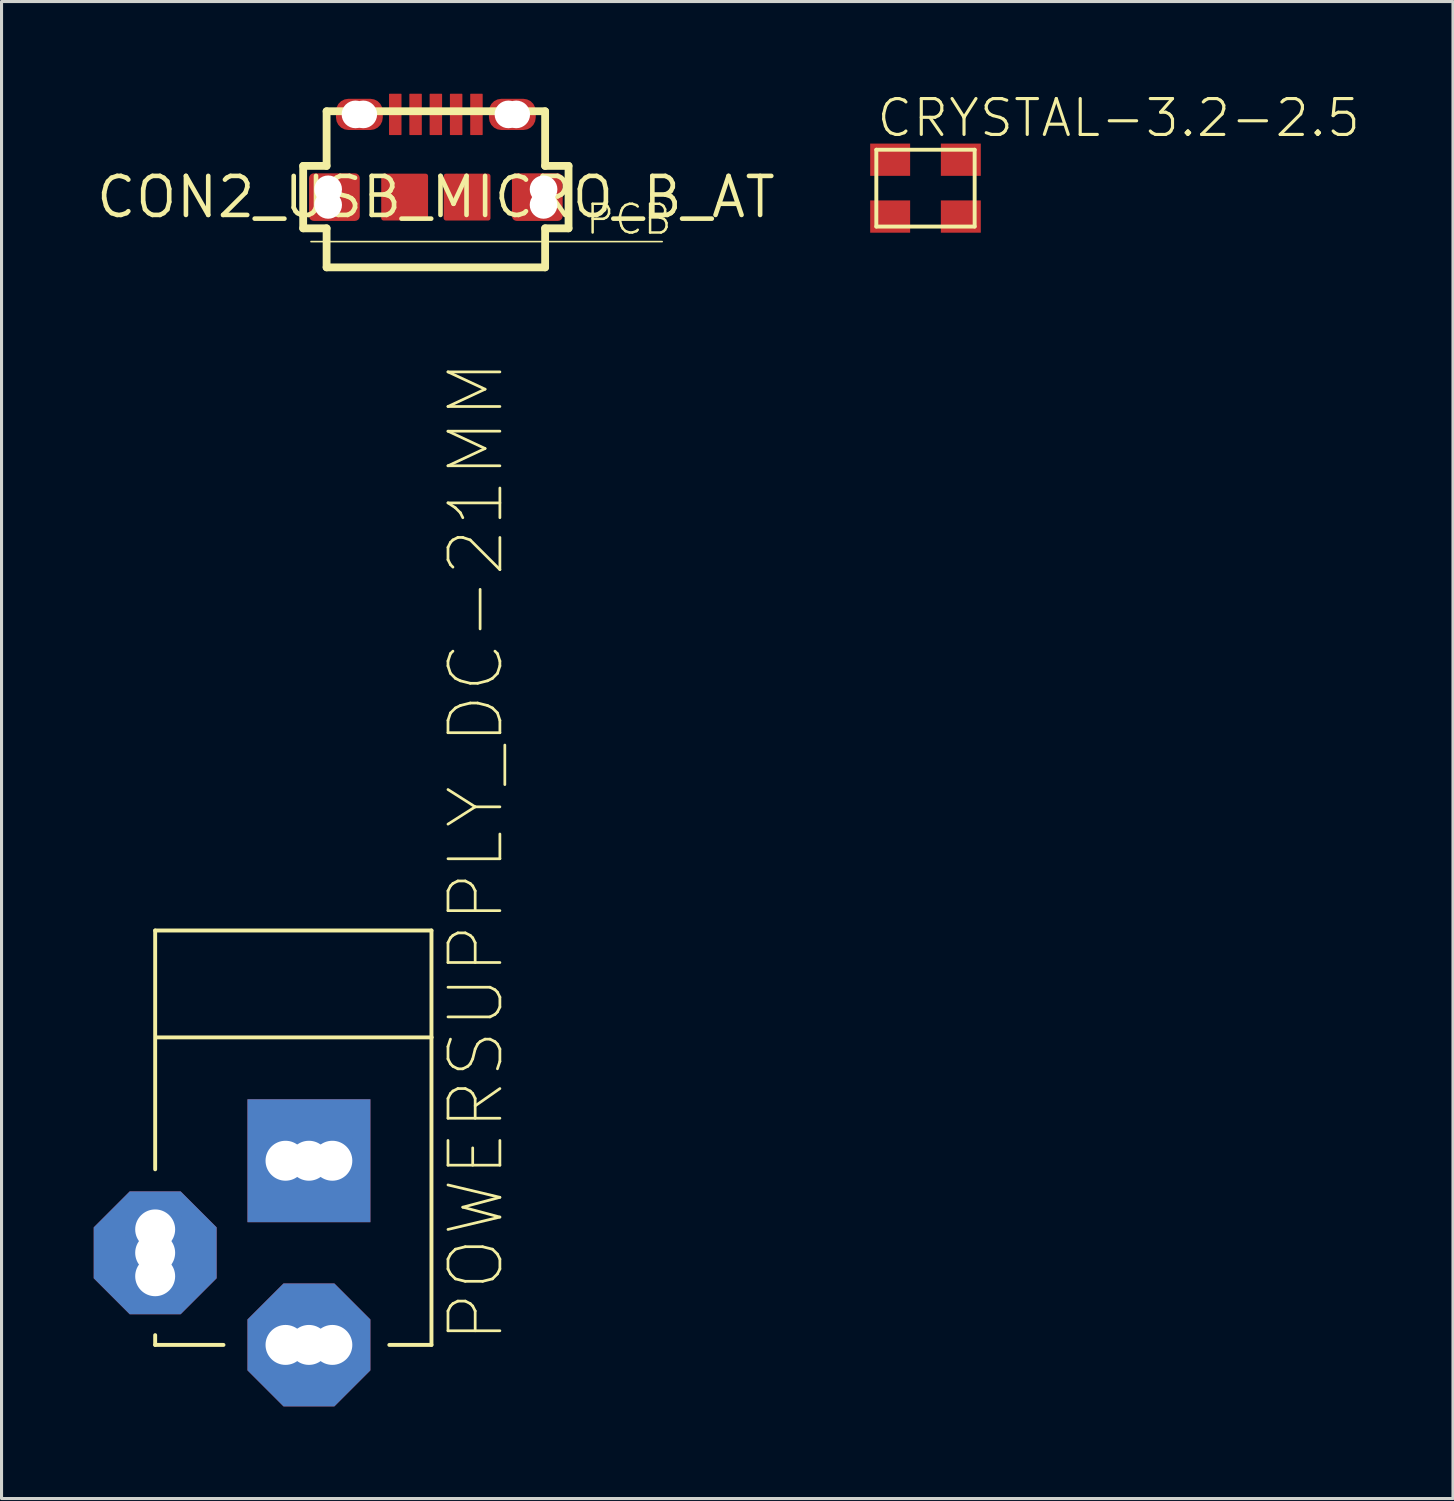
<source format=kicad_pcb>
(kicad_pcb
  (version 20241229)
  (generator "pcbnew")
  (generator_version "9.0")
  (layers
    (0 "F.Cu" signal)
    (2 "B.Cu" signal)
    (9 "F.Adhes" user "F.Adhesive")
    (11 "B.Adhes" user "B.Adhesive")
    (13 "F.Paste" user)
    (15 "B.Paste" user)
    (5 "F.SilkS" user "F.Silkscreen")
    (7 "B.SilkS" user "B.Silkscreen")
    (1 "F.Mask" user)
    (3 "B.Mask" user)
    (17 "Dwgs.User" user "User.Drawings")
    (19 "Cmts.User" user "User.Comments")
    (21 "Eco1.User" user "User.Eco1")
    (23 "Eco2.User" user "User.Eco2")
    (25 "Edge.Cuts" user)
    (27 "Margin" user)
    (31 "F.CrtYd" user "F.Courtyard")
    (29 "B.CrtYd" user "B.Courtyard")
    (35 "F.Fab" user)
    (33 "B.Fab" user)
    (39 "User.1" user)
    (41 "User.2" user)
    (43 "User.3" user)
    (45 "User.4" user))
  (footprint "CON2_USB_MICRO_B_AT"
    (layer "F.Cu")
    (at 11.135 3.365)
    (property "Reference" "CON2_USB_MICRO_B_AT" (at 0 0 0) (layer "F.SilkS") (effects (font (size 1.27 1.27) (thickness 0.15))))
    (fp_line (start -4.318 -1.016) (end -3.556 -1.016) (stroke (width 0.254) (type solid)) (layer "F.SilkS"))
    (fp_line (start -4.318 1.016) (end -4.318 -1.016) (stroke (width 0.254) (type solid)) (layer "F.SilkS"))
    (fp_line (start -4.064 1.448) (end 7.366 1.448) (stroke (width 0.051) (type solid)) (layer "F.SilkS"))
    (fp_line (start -3.556 -2.794) (end 3.556 -2.794) (stroke (width 0.254) (type solid)) (layer "F.SilkS"))
    (fp_line (start -3.556 -1.016) (end -3.556 -2.794) (stroke (width 0.254) (type solid)) (layer "F.SilkS"))
    (fp_line (start -3.556 1.016) (end -4.318 1.016) (stroke (width 0.254) (type solid)) (layer "F.SilkS"))
    (fp_line (start -3.556 2.286) (end -3.556 1.016) (stroke (width 0.254) (type solid)) (layer "F.SilkS"))
    (fp_line (start 3.556 -2.794) (end 3.556 -1.016) (stroke (width 0.254) (type solid)) (layer "F.SilkS"))
    (fp_line (start 3.556 -1.016) (end 4.318 -1.016) (stroke (width 0.254) (type solid)) (layer "F.SilkS"))
    (fp_line (start 3.556 1.016) (end 3.556 2.286) (stroke (width 0.254) (type solid)) (layer "F.SilkS"))
    (fp_line (start 3.556 2.286) (end -3.556 2.286) (stroke (width 0.254) (type solid)) (layer "F.SilkS"))
    (fp_line (start 4.318 -1.016) (end 4.318 1.016) (stroke (width 0.254) (type solid)) (layer "F.SilkS"))
    (fp_line (start 4.318 1.016) (end 3.556 1.016) (stroke (width 0.254) (type solid)) (layer "F.SilkS"))
    (fp_line (start -4.039 0.432) (end -4.039 -0.432) (stroke (width 0.127) (type solid)) (layer "F.Paste"))
    (fp_line (start -3.937 -0.584) (end -3.937 0.584) (stroke (width 0.127) (type solid)) (layer "F.Paste"))
    (fp_line (start -3.785 -0.686) (end -2.819 -0.686) (stroke (width 0.127) (type solid)) (layer "F.Paste"))
    (fp_line (start -3.15 -2.515) (end -3.15 -2.87) (stroke (width 0.127) (type solid)) (layer "F.Paste"))
    (fp_line (start -3.073 -0.66) (end -2.972 -0.66) (stroke (width 0.127) (type solid)) (layer "F.Paste"))
    (fp_line (start -3.073 0.635) (end -3.073 -0.66) (stroke (width 0.127) (type solid)) (layer "F.Paste"))
    (fp_line (start -3.048 -2.87) (end -3.023 -2.489) (stroke (width 0.127) (type solid)) (layer "F.Paste"))
    (fp_line (start -2.972 -0.66) (end -2.972 0.635) (stroke (width 0.127) (type solid)) (layer "F.Paste"))
    (fp_line (start -2.972 -0.66) (end -2.946 -0.66) (stroke (width 0.127) (type solid)) (layer "F.Paste"))
    (fp_line (start -2.972 0.635) (end -2.845 0.635) (stroke (width 0.127) (type solid)) (layer "F.Paste"))
    (fp_line (start -2.896 -3.124) (end -2.083 -3.124) (stroke (width 0.127) (type solid)) (layer "F.Paste"))
    (fp_line (start -2.845 -0.635) (end -2.743 -0.635) (stroke (width 0.127) (type solid)) (layer "F.Paste"))
    (fp_line (start -2.845 0.635) (end -2.845 -0.635) (stroke (width 0.127) (type solid)) (layer "F.Paste"))
    (fp_line (start -2.819 0.686) (end -3.785 0.686) (stroke (width 0.127) (type solid)) (layer "F.Paste"))
    (fp_line (start -2.743 -0.635) (end -2.743 0.635) (stroke (width 0.127) (type solid)) (layer "F.Paste"))
    (fp_line (start -2.743 0.635) (end -2.692 0.635) (stroke (width 0.127) (type solid)) (layer "F.Paste"))
    (fp_line (start -2.692 0.635) (end -2.692 -0.635) (stroke (width 0.127) (type solid)) (layer "F.Paste"))
    (fp_line (start -2.565 -0.432) (end -2.565 0.432) (stroke (width 0.127) (type solid)) (layer "F.Paste"))
    (fp_line (start -2.083 -2.261) (end -2.896 -2.261) (stroke (width 0.127) (type solid)) (layer "F.Paste"))
    (fp_line (start -1.956 -2.489) (end -1.956 -2.896) (stroke (width 0.127) (type solid)) (layer "F.Paste"))
    (fp_line (start -1.829 -2.87) (end -1.829 -2.515) (stroke (width 0.127) (type solid)) (layer "F.Paste"))
    (fp_line (start 1.829 -2.515) (end 1.829 -2.87) (stroke (width 0.127) (type solid)) (layer "F.Paste"))
    (fp_line (start 1.93 -2.87) (end 1.93 -2.515) (stroke (width 0.127) (type solid)) (layer "F.Paste"))
    (fp_line (start 2.083 -3.124) (end 2.896 -3.124) (stroke (width 0.127) (type solid)) (layer "F.Paste"))
    (fp_line (start 2.591 0.432) (end 2.591 -0.432) (stroke (width 0.127) (type solid)) (layer "F.Paste"))
    (fp_line (start 2.692 -0.584) (end 2.692 0.584) (stroke (width 0.127) (type solid)) (layer "F.Paste"))
    (fp_line (start 2.692 0.584) (end 2.819 0.584) (stroke (width 0.127) (type solid)) (layer "F.Paste"))
    (fp_line (start 2.819 -0.584) (end 2.946 -0.584) (stroke (width 0.127) (type solid)) (layer "F.Paste"))
    (fp_line (start 2.819 0.584) (end 2.819 -0.584) (stroke (width 0.127) (type solid)) (layer "F.Paste"))
    (fp_line (start 2.845 -0.686) (end 3.759 -0.686) (stroke (width 0.127) (type solid)) (layer "F.Paste"))
    (fp_line (start 2.896 -2.261) (end 2.083 -2.261) (stroke (width 0.127) (type solid)) (layer "F.Paste"))
    (fp_line (start 2.946 -0.584) (end 2.946 0.61) (stroke (width 0.127) (type solid)) (layer "F.Paste"))
    (fp_line (start 2.946 0.61) (end 3.048 0.61) (stroke (width 0.127) (type solid)) (layer "F.Paste"))
    (fp_line (start 3.023 -2.896) (end 3.023 -2.489) (stroke (width 0.127) (type solid)) (layer "F.Paste"))
    (fp_line (start 3.073 0.584) (end 3.073 -0.61) (stroke (width 0.127) (type solid)) (layer "F.Paste"))
    (fp_line (start 3.15 -2.87) (end 3.15 -2.515) (stroke (width 0.127) (type solid)) (layer "F.Paste"))
    (fp_line (start 3.759 0.686) (end 2.845 0.686) (stroke (width 0.127) (type solid)) (layer "F.Paste"))
    (fp_line (start 3.912 -0.584) (end 3.912 0.584) (stroke (width 0.127) (type solid)) (layer "F.Paste"))
    (fp_line (start 4.013 -0.432) (end 4.013 0.432) (stroke (width 0.127) (type solid)) (layer "F.Paste"))
    (fp_arc (start -4.0386 -0.4318) (mid -3.964205 -0.611405) (end -3.7846 -0.6858) (stroke (width 0.127) (type solid)) (layer "F.Paste"))
    (fp_arc (start -3.7846 0.6858) (mid -3.964205 0.611405) (end -4.0386 0.4318) (stroke (width 0.127) (type solid)) (layer "F.Paste"))
    (fp_arc (start -3.1496 -2.8702) (mid -3.075205 -3.049805) (end -2.8956 -3.1242) (stroke (width 0.127) (type solid)) (layer "F.Paste"))
    (fp_arc (start -3.048 -2.8702) (mid -3.003363 -2.977963) (end -2.8956 -3.0226) (stroke (width 0.127) (type solid)) (layer "F.Paste"))
    (fp_arc (start -2.8956 -2.3622) (mid -2.985403 -2.399397) (end -3.0226 -2.4892) (stroke (width 0.127) (type solid)) (layer "F.Paste"))
    (fp_arc (start -2.8956 -2.2606) (mid -3.075205 -2.334995) (end -3.1496 -2.5146) (stroke (width 0.127) (type solid)) (layer "F.Paste"))
    (fp_arc (start -2.8194 -0.6858) (mid -2.639795 -0.611405) (end -2.5654 -0.4318) (stroke (width 0.127) (type solid)) (layer "F.Paste"))
    (fp_arc (start -2.5654 0.4318) (mid -2.639795 0.611405) (end -2.8194 0.6858) (stroke (width 0.127) (type solid)) (layer "F.Paste"))
    (fp_arc (start -2.0828 -3.1242) (mid -1.903195 -3.049805) (end -1.8288 -2.8702) (stroke (width 0.127) (type solid)) (layer "F.Paste"))
    (fp_arc (start -2.0828 -3.0226) (mid -1.992997 -2.985403) (end -1.9558 -2.8956) (stroke (width 0.127) (type solid)) (layer "F.Paste"))
    (fp_arc (start -1.9558 -2.4892) (mid -1.992997 -2.399397) (end -2.0828 -2.3622) (stroke (width 0.127) (type solid)) (layer "F.Paste"))
    (fp_arc (start -1.8288 -2.5146) (mid -1.903195 -2.334995) (end -2.0828 -2.2606) (stroke (width 0.127) (type solid)) (layer "F.Paste"))
    (fp_arc (start 1.8288 -2.8702) (mid 1.903195 -3.049805) (end 2.0828 -3.1242) (stroke (width 0.127) (type solid)) (layer "F.Paste"))
    (fp_arc (start 1.9304 -2.8702) (mid 1.967597 -2.960003) (end 2.0574 -2.9972) (stroke (width 0.127) (type solid)) (layer "F.Paste"))
    (fp_arc (start 2.0574 -2.3876) (mid 1.967597 -2.424797) (end 1.9304 -2.5146) (stroke (width 0.127) (type solid)) (layer "F.Paste"))
    (fp_arc (start 2.0828 -2.2606) (mid 1.903195 -2.334995) (end 1.8288 -2.5146) (stroke (width 0.127) (type solid)) (layer "F.Paste"))
    (fp_arc (start 2.5908 -0.4318) (mid 2.665195 -0.611405) (end 2.8448 -0.6858) (stroke (width 0.127) (type solid)) (layer "F.Paste"))
    (fp_arc (start 2.8448 0.6858) (mid 2.665195 0.611405) (end 2.5908 0.4318) (stroke (width 0.127) (type solid)) (layer "F.Paste"))
    (fp_arc (start 2.8956 -3.1242) (mid 3.075205 -3.049805) (end 3.1496 -2.8702) (stroke (width 0.127) (type solid)) (layer "F.Paste"))
    (fp_arc (start 2.8956 -3.0226) (mid 2.985403 -2.985403) (end 3.0226 -2.8956) (stroke (width 0.127) (type solid)) (layer "F.Paste"))
    (fp_arc (start 3.0226 -2.4892) (mid 2.985403 -2.399397) (end 2.8956 -2.3622) (stroke (width 0.127) (type solid)) (layer "F.Paste"))
    (fp_arc (start 3.0734 0.5842) (mid 3.065961 0.602161) (end 3.048 0.6096) (stroke (width 0.127) (type solid)) (layer "F.Paste"))
    (fp_arc (start 3.1496 -2.5146) (mid 3.075205 -2.334995) (end 2.8956 -2.2606) (stroke (width 0.127) (type solid)) (layer "F.Paste"))
    (fp_arc (start 3.7592 -0.6858) (mid 3.938805 -0.611405) (end 4.0132 -0.4318) (stroke (width 0.127) (type solid)) (layer "F.Paste"))
    (fp_arc (start 4.0132 0.4318) (mid 3.938805 0.611405) (end 3.7592 0.6858) (stroke (width 0.127) (type solid)) (layer "F.Paste"))
    (fp_text user "PCB" (at 4.826 1.27 0) (unlocked yes) (layer "F.SilkS") (effects (font (size 0.935 0.935) (thickness 0.081)) (justify left bottom)))
    (pad "" np_thru_hole circle (at -3.505 -0.254) (size 0.9 0.9) (drill 0.9) (layers "*.Cu" "*.Mask"))
    (pad "" np_thru_hole circle (at -3.505 0.254) (size 0.9 0.9) (drill 0.9) (layers "*.Cu" "*.Mask"))
    (pad "" np_thru_hole circle (at -2.616 -2.692) (size 0.9 0.9) (drill 0.9) (layers "*.Cu" "*.Mask"))
    (pad "" np_thru_hole circle (at -2.362 -2.692) (size 0.9 0.9) (drill 0.9) (layers "*.Cu" "*.Mask"))
    (pad "" np_thru_hole circle (at 2.362 -2.692) (size 0.9 0.9) (drill 0.9) (layers "*.Cu" "*.Mask"))
    (pad "" np_thru_hole circle (at 2.616 -2.692) (size 0.9 0.9) (drill 0.9) (layers "*.Cu" "*.Mask"))
    (pad "" np_thru_hole circle (at 3.505 -0.254) (size 0.9 0.9) (drill 0.9) (layers "*.Cu" "*.Mask"))
    (pad "" np_thru_hole circle (at 3.505 0.254) (size 0.9 0.9) (drill 0.9) (layers "*.Cu" "*.Mask"))
    (pad "P1" smd roundrect (at -1.321 -2.692) (size 0.406 1.346) (layers "F.Cu" "F.Mask" "F.Paste") (roundrect_rratio 0.05))
    (pad "P2" smd roundrect (at -0.66 -2.692) (size 0.406 1.346) (layers "F.Cu" "F.Mask" "F.Paste") (roundrect_rratio 0.05))
    (pad "P3" smd roundrect (at 0 -2.692) (size 0.406 1.346) (layers "F.Cu" "F.Mask" "F.Paste") (roundrect_rratio 0.05))
    (pad "P4" smd roundrect (at 0.66 -2.692) (size 0.406 1.346) (layers "F.Cu" "F.Mask" "F.Paste") (roundrect_rratio 0.05))
    (pad "P5" smd roundrect (at 1.321 -2.692) (size 0.406 1.346) (layers "F.Cu" "F.Mask" "F.Paste") (roundrect_rratio 0.05))
    (pad "S1" smd roundrect (at -3.302 0) (size 1.651 1.549) (layers "F.Cu" "F.Mask") (roundrect_rratio 0.1))
    (pad "S2" smd roundrect (at 3.302 0) (size 1.651 1.549) (layers "F.Cu" "F.Mask") (roundrect_rratio 0.1))
    (pad "S3" smd roundrect (at -2.489 -2.692) (size 1.524 1.016) (layers "F.Cu" "F.Mask") (roundrect_rratio 0.4))
    (pad "S4" smd roundrect (at 2.489 -2.692) (size 1.524 1.016) (layers "F.Cu" "F.Mask") (roundrect_rratio 0.4))
    (pad "S5" smd roundrect (at -1.016 0) (size 1.524 1.524) (layers "F.Cu" "F.Mask" "F.Paste") (roundrect_rratio 0.05))
    (pad "S6" smd roundrect (at 1.016 0) (size 1.524 1.524) (layers "F.Cu" "F.Mask" "F.Paste") (roundrect_rratio 0.05)))
  (footprint "CRYSTAL-3.2-2.5"
    (layer "F.Cu")
    (at 27.07 3.073)
    (property "Reference" "CRYSTAL-3.2-2.5" (at -1.65 -1.6 0) (unlocked yes) (layer "F.SilkS") (effects (font (size 1.168 1.168) (thickness 0.102)) (justify left bottom)))
    (fp_line (start -1.6 -1.25) (end 1.6 -1.25) (stroke (width 0.127) (type solid)) (layer "F.SilkS"))
    (fp_line (start -1.6 1.25) (end -1.6 -1.25) (stroke (width 0.127) (type solid)) (layer "F.SilkS"))
    (fp_line (start 1.6 -1.25) (end 1.6 1.25) (stroke (width 0.127) (type solid)) (layer "F.SilkS"))
    (fp_line (start 1.6 1.25) (end -1.6 1.25) (stroke (width 0.127) (type solid)) (layer "F.SilkS"))
    (pad "1" smd rect (at -1.15 0.925 90) (size 1.05 1.3) (layers "F.Cu" "F.Mask" "F.Paste"))
    (pad "2" smd rect (at 1.15 0.925 90) (size 1.05 1.3) (layers "F.Cu" "F.Mask" "F.Paste"))
    (pad "3" smd rect (at 1.15 -0.925 90) (size 1.05 1.3) (layers "F.Cu" "F.Mask" "F.Paste"))
    (pad "4" smd rect (at -1.15 -0.925 90) (size 1.05 1.3) (layers "F.Cu" "F.Mask" "F.Paste")))
  (footprint "POWERSUPPLY_DC-21MM"
    (layer "F.Cu")
    (at 7.08 34.37)
    (property "Reference" "POWERSUPPLY_DC-21MM" (at 6.35 6.35 90) (unlocked yes) (layer "F.SilkS") (effects (font (size 1.689 1.689) (thickness 0.089)) (justify left bottom)))
    (fp_line (start -5.08 -7.137) (end -5.08 0.635) (stroke (width 0.127) (type solid)) (layer "F.SilkS"))
    (fp_line (start -5.08 6.35) (end -5.08 6.032) (stroke (width 0.127) (type solid)) (layer "F.SilkS"))
    (fp_line (start -5.055 -3.658) (end 3.912 -3.658) (stroke (width 0.127) (type solid)) (layer "F.SilkS"))
    (fp_line (start -2.857 6.35) (end -5.08 6.35) (stroke (width 0.127) (type solid)) (layer "F.SilkS"))
    (fp_line (start 2.54 6.35) (end 3.912 6.35) (stroke (width 0.127) (type solid)) (layer "F.SilkS"))
    (fp_line (start 3.912 -7.137) (end -5.08 -7.137) (stroke (width 0.127) (type solid)) (layer "F.SilkS"))
    (fp_line (start 3.912 -3.658) (end 3.912 -7.137) (stroke (width 0.127) (type solid)) (layer "F.SilkS"))
    (fp_line (start 3.912 6.35) (end 3.912 -3.658) (stroke (width 0.127) (type solid)) (layer "F.SilkS"))
    (pad "1" thru_hole roundrect (at -5.08 3.353 90) (size 4 4) (drill 1.3) (layers "*.Cu" "*.Mask") (roundrect_rratio 0.25) (chamfer_ratio 0.293) (chamfer top_left top_right bottom_left bottom_right))
    (pad "2" thru_hole roundrect (at -0.076 6.35) (size 4 4) (drill 1.3) (layers "*.Cu" "*.Mask") (roundrect_rratio 0.25) (chamfer_ratio 0.293) (chamfer top_left top_right bottom_left bottom_right))
    (pad "3" thru_hole rect (at -0.076 0.356) (size 4 4) (drill 1.3) (layers "*.Cu" "*.Mask"))
    (pad "4" thru_hole circle (at -5.08 4.115) (size 1.95 1.95) (drill 1.3) (layers "*.Cu" "*.Mask"))
    (pad "5" thru_hole circle (at -5.08 2.591) (size 1.95 1.95) (drill 1.3) (layers "*.Cu" "*.Mask"))
    (pad "6" thru_hole circle (at -0.838 0.356) (size 1.95 1.95) (drill 1.3) (layers "*.Cu" "*.Mask"))
    (pad "7" thru_hole circle (at 0.686 0.356) (size 1.95 1.95) (drill 1.3) (layers "*.Cu" "*.Mask"))
    (pad "8" thru_hole circle (at -0.838 6.35) (size 1.95 1.95) (drill 1.3) (layers "*.Cu" "*.Mask"))
    (pad "9" thru_hole circle (at 0.686 6.35) (size 1.95 1.95) (drill 1.3) (layers "*.Cu" "*.Mask")))
  (gr_rect
    (start -3 -3)
    (end 44.237 45.72)
    (stroke (width 0.1) (type default))
    (fill no)
    (layer "Edge.Cuts")))
</source>
